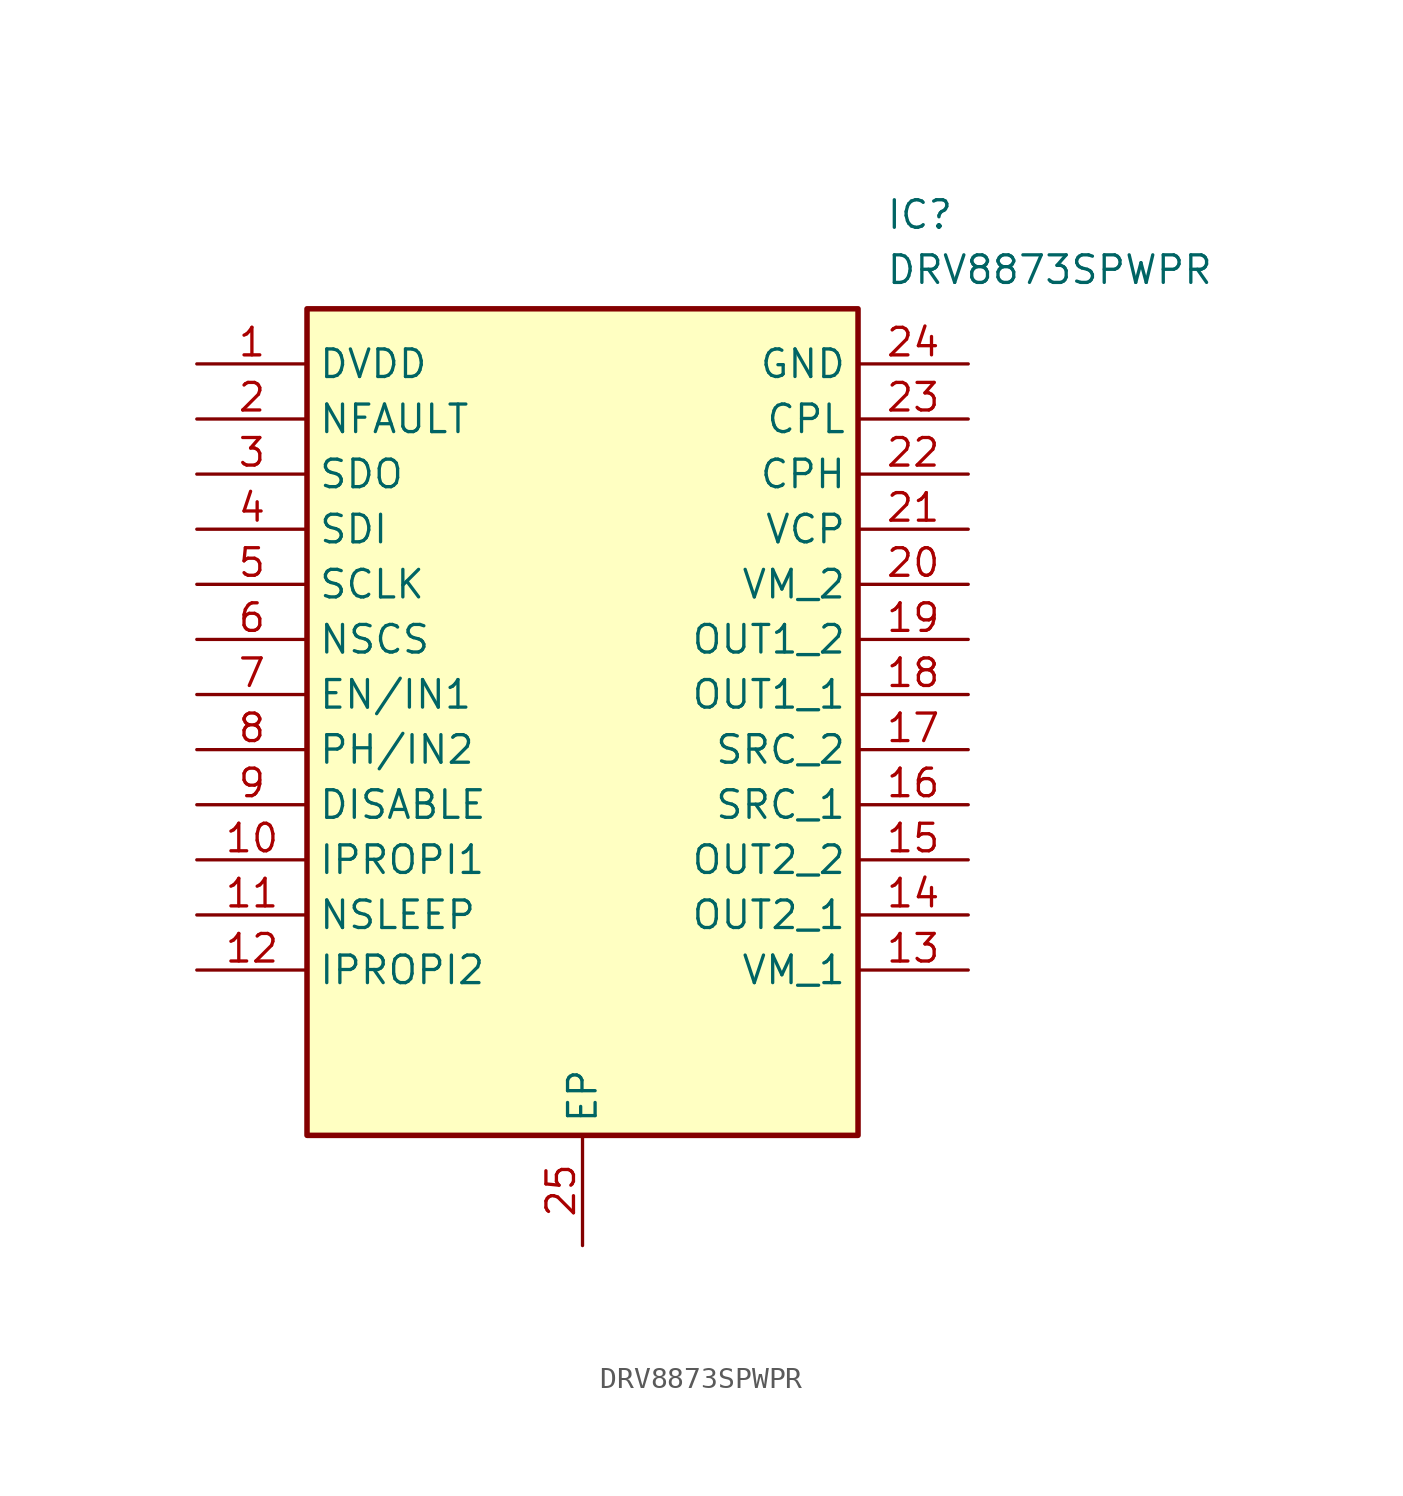
<source format=kicad_sym>
(kicad_symbol_lib
  (version 20211014)
  (generator SamacSys_ECAD_Model)
  (symbol "DRV8873SPWPR"
    (property "Reference" "IC"
      (at 31.75 7.62 0)
      (effects (font (size 1.27 1.27)) (justify left top)))
    (property "Value" "DRV8873SPWPR"
      (at 31.75 5.08 0)
      (effects (font (size 1.27 1.27)) (justify left top)))
    (rectangle
      (start 5.08 2.54)
      (end 30.48 -35.56)
      (stroke (width 0.254) (type default))
      (fill (type background)))
    (pin passive line
      (at 0 0 0)
      (length 5.08)
      (name "DVDD" (effects (font (size 1.27 1.27))))
      (number "1" (effects (font (size 1.27 1.27)))))
    (pin passive line
      (at 0 -2.54 0)
      (length 5.08)
      (name "NFAULT" (effects (font (size 1.27 1.27))))
      (number "2" (effects (font (size 1.27 1.27)))))
    (pin passive line
      (at 0 -5.08 0)
      (length 5.08)
      (name "SDO" (effects (font (size 1.27 1.27))))
      (number "3" (effects (font (size 1.27 1.27)))))
    (pin passive line
      (at 0 -7.62 0)
      (length 5.08)
      (name "SDI" (effects (font (size 1.27 1.27))))
      (number "4" (effects (font (size 1.27 1.27)))))
    (pin passive line
      (at 0 -10.16 0)
      (length 5.08)
      (name "SCLK" (effects (font (size 1.27 1.27))))
      (number "5" (effects (font (size 1.27 1.27)))))
    (pin passive line
      (at 0 -12.7 0)
      (length 5.08)
      (name "NSCS" (effects (font (size 1.27 1.27))))
      (number "6" (effects (font (size 1.27 1.27)))))
    (pin passive line
      (at 0 -15.24 0)
      (length 5.08)
      (name "EN/IN1" (effects (font (size 1.27 1.27))))
      (number "7" (effects (font (size 1.27 1.27)))))
    (pin passive line
      (at 0 -17.78 0)
      (length 5.08)
      (name "PH/IN2" (effects (font (size 1.27 1.27))))
      (number "8" (effects (font (size 1.27 1.27)))))
    (pin passive line
      (at 0 -20.32 0)
      (length 5.08)
      (name "DISABLE" (effects (font (size 1.27 1.27))))
      (number "9" (effects (font (size 1.27 1.27)))))
    (pin passive line
      (at 0 -22.86 0)
      (length 5.08)
      (name "IPROPI1" (effects (font (size 1.27 1.27))))
      (number "10" (effects (font (size 1.27 1.27)))))
    (pin passive line
      (at 0 -25.4 0)
      (length 5.08)
      (name "NSLEEP" (effects (font (size 1.27 1.27))))
      (number "11" (effects (font (size 1.27 1.27)))))
    (pin passive line
      (at 0 -27.94 0)
      (length 5.08)
      (name "IPROPI2" (effects (font (size 1.27 1.27))))
      (number "12" (effects (font (size 1.27 1.27)))))
    (pin passive line
      (at 17.78 -40.64 90)
      (length 5.08)
      (name "EP" (effects (font (size 1.27 1.27))))
      (number "25" (effects (font (size 1.27 1.27)))))
    (pin passive line
      (at 35.56 0 180)
      (length 5.08)
      (name "GND" (effects (font (size 1.27 1.27))))
      (number "24" (effects (font (size 1.27 1.27)))))
    (pin passive line
      (at 35.56 -2.54 180)
      (length 5.08)
      (name "CPL" (effects (font (size 1.27 1.27))))
      (number "23" (effects (font (size 1.27 1.27)))))
    (pin passive line
      (at 35.56 -5.08 180)
      (length 5.08)
      (name "CPH" (effects (font (size 1.27 1.27))))
      (number "22" (effects (font (size 1.27 1.27)))))
    (pin passive line
      (at 35.56 -7.62 180)
      (length 5.08)
      (name "VCP" (effects (font (size 1.27 1.27))))
      (number "21" (effects (font (size 1.27 1.27)))))
    (pin passive line
      (at 35.56 -10.16 180)
      (length 5.08)
      (name "VM_2" (effects (font (size 1.27 1.27))))
      (number "20" (effects (font (size 1.27 1.27)))))
    (pin passive line
      (at 35.56 -12.7 180)
      (length 5.08)
      (name "OUT1_2" (effects (font (size 1.27 1.27))))
      (number "19" (effects (font (size 1.27 1.27)))))
    (pin passive line
      (at 35.56 -15.24 180)
      (length 5.08)
      (name "OUT1_1" (effects (font (size 1.27 1.27))))
      (number "18" (effects (font (size 1.27 1.27)))))
    (pin passive line
      (at 35.56 -17.78 180)
      (length 5.08)
      (name "SRC_2" (effects (font (size 1.27 1.27))))
      (number "17" (effects (font (size 1.27 1.27)))))
    (pin passive line
      (at 35.56 -20.32 180)
      (length 5.08)
      (name "SRC_1" (effects (font (size 1.27 1.27))))
      (number "16" (effects (font (size 1.27 1.27)))))
    (pin passive line
      (at 35.56 -22.86 180)
      (length 5.08)
      (name "OUT2_2" (effects (font (size 1.27 1.27))))
      (number "15" (effects (font (size 1.27 1.27)))))
    (pin passive line
      (at 35.56 -25.4 180)
      (length 5.08)
      (name "OUT2_1" (effects (font (size 1.27 1.27))))
      (number "14" (effects (font (size 1.27 1.27)))))
    (pin passive line
      (at 35.56 -27.94 180)
      (length 5.08)
      (name "VM_1" (effects (font (size 1.27 1.27))))
      (number "13" (effects (font (size 1.27 1.27)))))))
</source>
